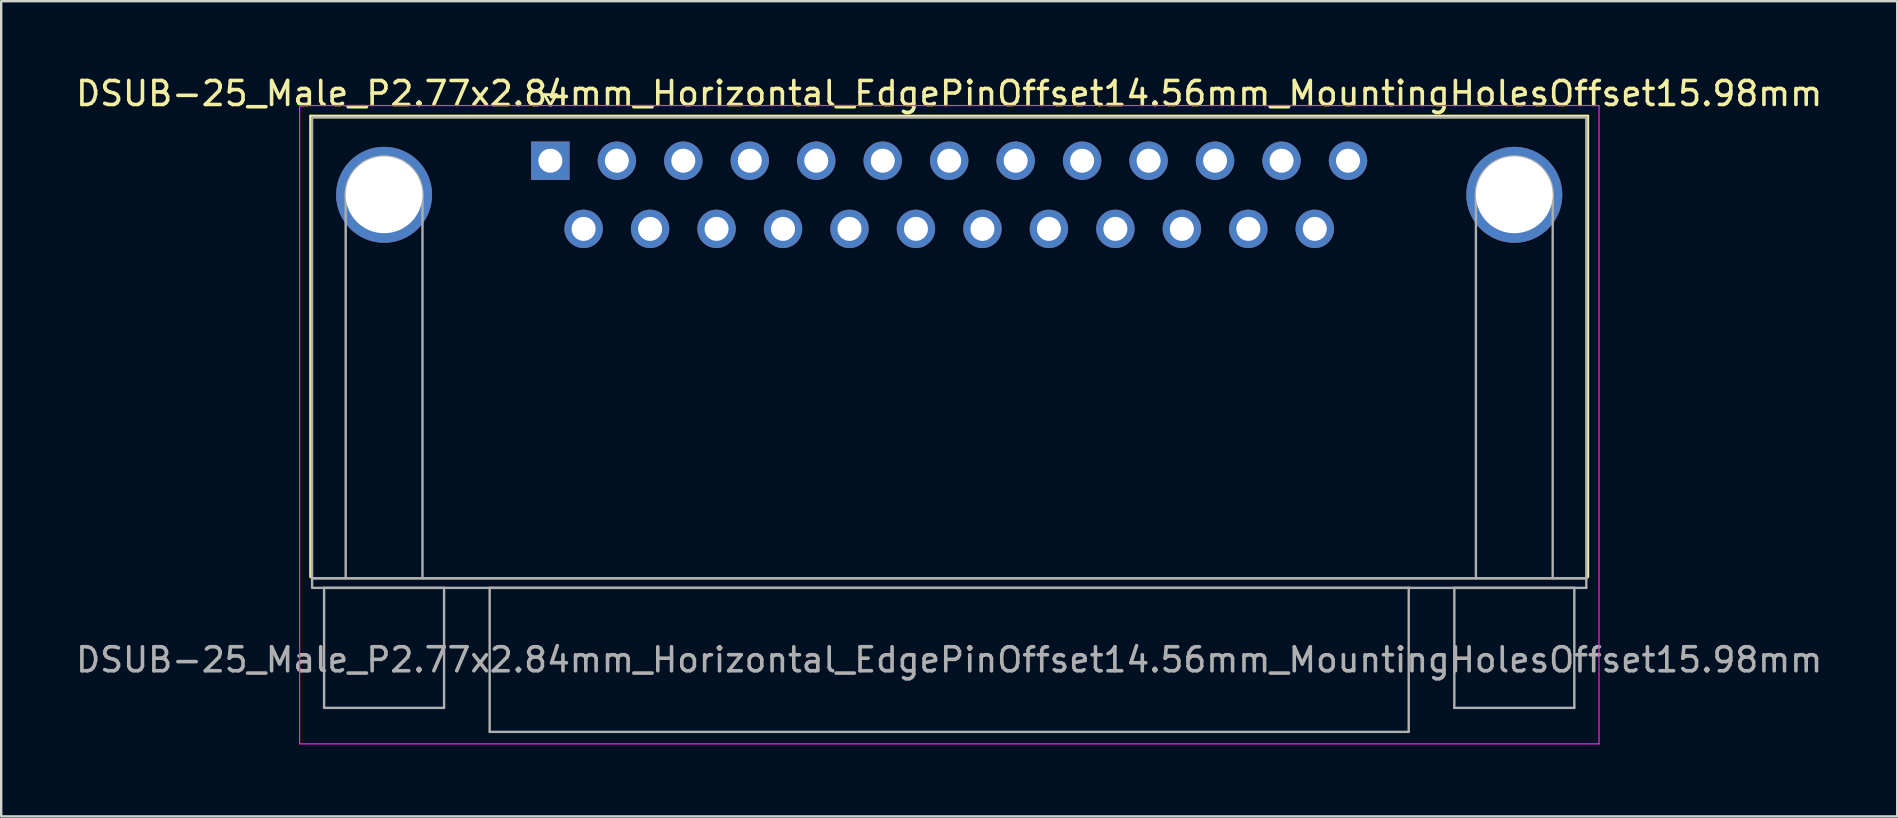
<source format=kicad_pcb>
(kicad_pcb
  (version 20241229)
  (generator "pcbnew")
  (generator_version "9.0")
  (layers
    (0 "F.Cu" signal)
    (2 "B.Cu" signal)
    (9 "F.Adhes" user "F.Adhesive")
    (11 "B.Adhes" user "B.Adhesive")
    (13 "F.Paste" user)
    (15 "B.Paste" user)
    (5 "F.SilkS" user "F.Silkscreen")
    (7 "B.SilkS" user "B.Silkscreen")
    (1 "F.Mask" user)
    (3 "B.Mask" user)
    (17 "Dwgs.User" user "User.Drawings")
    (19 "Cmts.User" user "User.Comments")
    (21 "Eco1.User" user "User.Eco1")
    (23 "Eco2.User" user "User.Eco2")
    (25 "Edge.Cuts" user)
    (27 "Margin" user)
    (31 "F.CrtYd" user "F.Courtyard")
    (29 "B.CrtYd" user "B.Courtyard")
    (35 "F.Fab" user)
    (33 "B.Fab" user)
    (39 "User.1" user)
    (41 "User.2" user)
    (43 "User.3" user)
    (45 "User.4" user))
  (footprint "DSUB-25_Male_P2.77x2.84mm_Horizontal_EdgePinOffset14.56mm_MountingHolesOffset15.98mm"
    (layer "F.Cu")
    (at 19.886 3.648)
    (property "Reference" "DSUB-25_Male_P2.77x2.84mm_Horizontal_EdgePinOffset14.56mm_MountingHolesOffset15.98mm" (at 16.62 -2.8 0) (layer "F.SilkS") (effects (font (size 1 1) (thickness 0.15))))
    (attr through_hole)
    (fp_line (start -9.99 -1.86) (end 43.23 -1.86) (stroke (width 0.12) (type solid)) (layer "F.SilkS"))
    (fp_line (start -9.99 17.34) (end -9.99 -1.86) (stroke (width 0.12) (type solid)) (layer "F.SilkS"))
    (fp_line (start -0.25 -2.754) (end 0.25 -2.754) (stroke (width 0.12) (type solid)) (layer "F.SilkS"))
    (fp_line (start 0 -2.321) (end -0.25 -2.754) (stroke (width 0.12) (type solid)) (layer "F.SilkS"))
    (fp_line (start 0.25 -2.754) (end 0 -2.321) (stroke (width 0.12) (type solid)) (layer "F.SilkS"))
    (fp_line (start 43.23 -1.86) (end 43.23 17.34) (stroke (width 0.12) (type solid)) (layer "F.SilkS"))
    (fp_line (start -10.45 -2.3) (end -10.45 24.3) (stroke (width 0.05) (type solid)) (layer "F.CrtYd"))
    (fp_line (start -10.45 24.3) (end 43.7 24.3) (stroke (width 0.05) (type solid)) (layer "F.CrtYd"))
    (fp_line (start 43.7 -2.3) (end -10.45 -2.3) (stroke (width 0.05) (type solid)) (layer "F.CrtYd"))
    (fp_line (start 43.7 24.3) (end 43.7 -2.3) (stroke (width 0.05) (type solid)) (layer "F.CrtYd"))
    (fp_line (start -9.93 -1.8) (end -9.93 17.4) (stroke (width 0.1) (type solid)) (layer "F.Fab"))
    (fp_line (start -9.93 17.4) (end -9.93 17.8) (stroke (width 0.1) (type solid)) (layer "F.Fab"))
    (fp_line (start -9.93 17.4) (end 43.17 17.4) (stroke (width 0.1) (type solid)) (layer "F.Fab"))
    (fp_line (start -9.93 17.8) (end 43.17 17.8) (stroke (width 0.1) (type solid)) (layer "F.Fab"))
    (fp_line (start -9.43 17.8) (end -9.43 22.8) (stroke (width 0.1) (type solid)) (layer "F.Fab"))
    (fp_line (start -9.43 22.8) (end -4.43 22.8) (stroke (width 0.1) (type solid)) (layer "F.Fab"))
    (fp_line (start -8.53 17.4) (end -8.53 1.42) (stroke (width 0.1) (type solid)) (layer "F.Fab"))
    (fp_line (start -5.33 17.4) (end -5.33 1.42) (stroke (width 0.1) (type solid)) (layer "F.Fab"))
    (fp_line (start -4.43 17.8) (end -9.43 17.8) (stroke (width 0.1) (type solid)) (layer "F.Fab"))
    (fp_line (start -4.43 22.8) (end -4.43 17.8) (stroke (width 0.1) (type solid)) (layer "F.Fab"))
    (fp_line (start -2.53 17.8) (end -2.53 23.8) (stroke (width 0.1) (type solid)) (layer "F.Fab"))
    (fp_line (start -2.53 23.8) (end 35.77 23.8) (stroke (width 0.1) (type solid)) (layer "F.Fab"))
    (fp_line (start 35.77 17.8) (end -2.53 17.8) (stroke (width 0.1) (type solid)) (layer "F.Fab"))
    (fp_line (start 35.77 23.8) (end 35.77 17.8) (stroke (width 0.1) (type solid)) (layer "F.Fab"))
    (fp_line (start 37.67 17.8) (end 37.67 22.8) (stroke (width 0.1) (type solid)) (layer "F.Fab"))
    (fp_line (start 37.67 22.8) (end 42.67 22.8) (stroke (width 0.1) (type solid)) (layer "F.Fab"))
    (fp_line (start 38.57 17.4) (end 38.57 1.42) (stroke (width 0.1) (type solid)) (layer "F.Fab"))
    (fp_line (start 41.77 17.4) (end 41.77 1.42) (stroke (width 0.1) (type solid)) (layer "F.Fab"))
    (fp_line (start 42.67 17.8) (end 37.67 17.8) (stroke (width 0.1) (type solid)) (layer "F.Fab"))
    (fp_line (start 42.67 22.8) (end 42.67 17.8) (stroke (width 0.1) (type solid)) (layer "F.Fab"))
    (fp_line (start 43.17 -1.8) (end -9.93 -1.8) (stroke (width 0.1) (type solid)) (layer "F.Fab"))
    (fp_line (start 43.17 17.4) (end -9.93 17.4) (stroke (width 0.1) (type solid)) (layer "F.Fab"))
    (fp_line (start 43.17 17.4) (end 43.17 -1.8) (stroke (width 0.1) (type solid)) (layer "F.Fab"))
    (fp_line (start 43.17 17.8) (end 43.17 17.4) (stroke (width 0.1) (type solid)) (layer "F.Fab"))
    (fp_arc (start -8.53 1.42) (mid -6.93 -0.18) (end -5.33 1.42) (stroke (width 0.1) (type solid)) (layer "F.Fab"))
    (fp_arc (start 38.57 1.42) (mid 40.17 -0.18) (end 41.77 1.42) (stroke (width 0.1) (type solid)) (layer "F.Fab"))
    (fp_text user "${REFERENCE}" (at 16.62 20.8 0) (layer "F.Fab") (effects (font (size 1 1) (thickness 0.15))))
    (pad "0" thru_hole circle (at -6.93 1.42) (size 4 4) (drill 3.2) (layers "*.Cu" "*.Mask"))
    (pad "0" thru_hole circle (at 40.17 1.42) (size 4 4) (drill 3.2) (layers "*.Cu" "*.Mask"))
    (pad "1" thru_hole rect (at 0 0) (size 1.6 1.6) (drill 1) (layers "*.Cu" "*.Mask"))
    (pad "2" thru_hole circle (at 2.77 0) (size 1.6 1.6) (drill 1) (layers "*.Cu" "*.Mask"))
    (pad "3" thru_hole circle (at 5.54 0) (size 1.6 1.6) (drill 1) (layers "*.Cu" "*.Mask"))
    (pad "4" thru_hole circle (at 8.31 0) (size 1.6 1.6) (drill 1) (layers "*.Cu" "*.Mask"))
    (pad "5" thru_hole circle (at 11.08 0) (size 1.6 1.6) (drill 1) (layers "*.Cu" "*.Mask"))
    (pad "6" thru_hole circle (at 13.85 0) (size 1.6 1.6) (drill 1) (layers "*.Cu" "*.Mask"))
    (pad "7" thru_hole circle (at 16.62 0) (size 1.6 1.6) (drill 1) (layers "*.Cu" "*.Mask"))
    (pad "8" thru_hole circle (at 19.39 0) (size 1.6 1.6) (drill 1) (layers "*.Cu" "*.Mask"))
    (pad "9" thru_hole circle (at 22.16 0) (size 1.6 1.6) (drill 1) (layers "*.Cu" "*.Mask"))
    (pad "10" thru_hole circle (at 24.93 0) (size 1.6 1.6) (drill 1) (layers "*.Cu" "*.Mask"))
    (pad "11" thru_hole circle (at 27.7 0) (size 1.6 1.6) (drill 1) (layers "*.Cu" "*.Mask"))
    (pad "12" thru_hole circle (at 30.47 0) (size 1.6 1.6) (drill 1) (layers "*.Cu" "*.Mask"))
    (pad "13" thru_hole circle (at 33.24 0) (size 1.6 1.6) (drill 1) (layers "*.Cu" "*.Mask"))
    (pad "14" thru_hole circle (at 1.385 2.84) (size 1.6 1.6) (drill 1) (layers "*.Cu" "*.Mask"))
    (pad "15" thru_hole circle (at 4.155 2.84) (size 1.6 1.6) (drill 1) (layers "*.Cu" "*.Mask"))
    (pad "16" thru_hole circle (at 6.925 2.84) (size 1.6 1.6) (drill 1) (layers "*.Cu" "*.Mask"))
    (pad "17" thru_hole circle (at 9.695 2.84) (size 1.6 1.6) (drill 1) (layers "*.Cu" "*.Mask"))
    (pad "18" thru_hole circle (at 12.465 2.84) (size 1.6 1.6) (drill 1) (layers "*.Cu" "*.Mask"))
    (pad "19" thru_hole circle (at 15.235 2.84) (size 1.6 1.6) (drill 1) (layers "*.Cu" "*.Mask"))
    (pad "20" thru_hole circle (at 18.005 2.84) (size 1.6 1.6) (drill 1) (layers "*.Cu" "*.Mask"))
    (pad "21" thru_hole circle (at 20.775 2.84) (size 1.6 1.6) (drill 1) (layers "*.Cu" "*.Mask"))
    (pad "22" thru_hole circle (at 23.545 2.84) (size 1.6 1.6) (drill 1) (layers "*.Cu" "*.Mask"))
    (pad "23" thru_hole circle (at 26.315 2.84) (size 1.6 1.6) (drill 1) (layers "*.Cu" "*.Mask"))
    (pad "24" thru_hole circle (at 29.085 2.84) (size 1.6 1.6) (drill 1) (layers "*.Cu" "*.Mask"))
    (pad "25" thru_hole circle (at 31.855 2.84) (size 1.6 1.6) (drill 1) (layers "*.Cu" "*.Mask")))
  (gr_rect
    (start -3 -3)
    (end 76.012 30.973)
    (stroke (width 0.1) (type default))
    (fill no)
    (layer "Edge.Cuts")))
</source>
